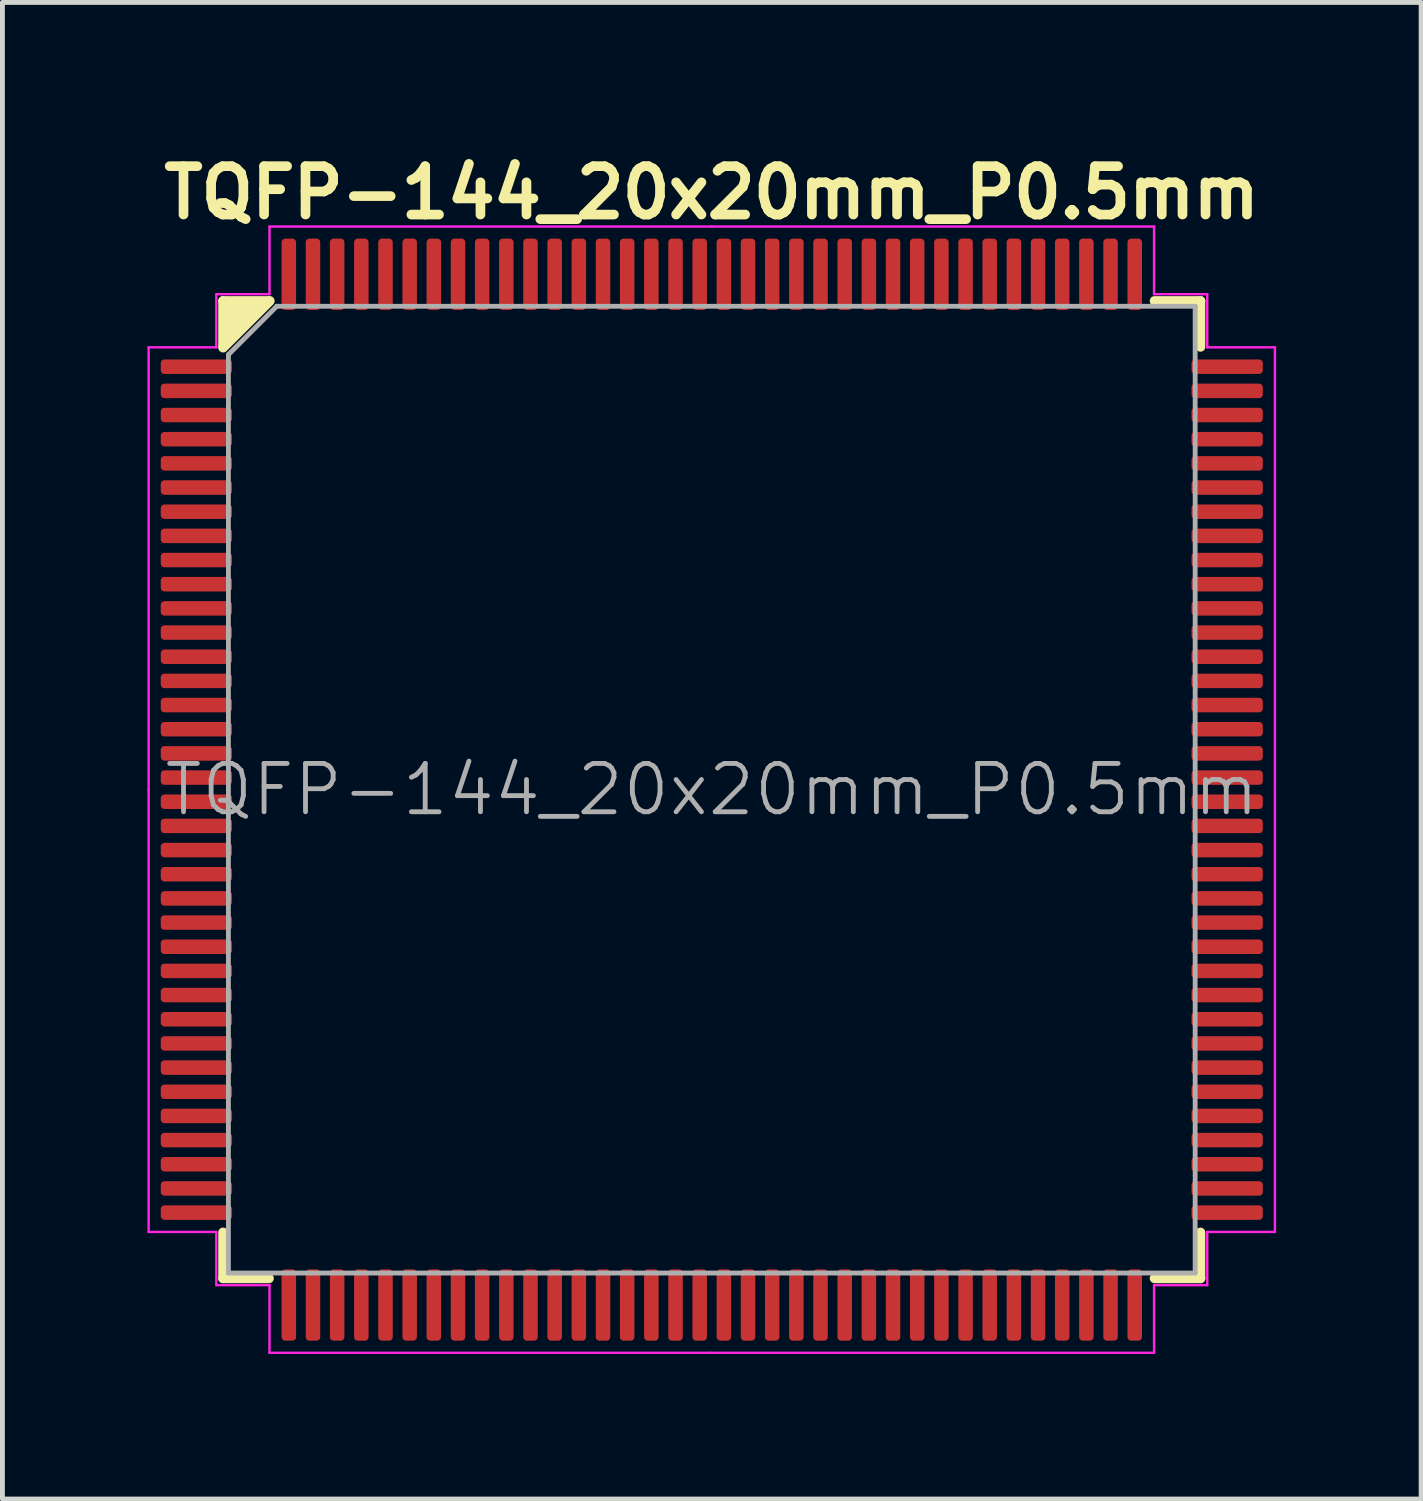
<source format=kicad_pcb>
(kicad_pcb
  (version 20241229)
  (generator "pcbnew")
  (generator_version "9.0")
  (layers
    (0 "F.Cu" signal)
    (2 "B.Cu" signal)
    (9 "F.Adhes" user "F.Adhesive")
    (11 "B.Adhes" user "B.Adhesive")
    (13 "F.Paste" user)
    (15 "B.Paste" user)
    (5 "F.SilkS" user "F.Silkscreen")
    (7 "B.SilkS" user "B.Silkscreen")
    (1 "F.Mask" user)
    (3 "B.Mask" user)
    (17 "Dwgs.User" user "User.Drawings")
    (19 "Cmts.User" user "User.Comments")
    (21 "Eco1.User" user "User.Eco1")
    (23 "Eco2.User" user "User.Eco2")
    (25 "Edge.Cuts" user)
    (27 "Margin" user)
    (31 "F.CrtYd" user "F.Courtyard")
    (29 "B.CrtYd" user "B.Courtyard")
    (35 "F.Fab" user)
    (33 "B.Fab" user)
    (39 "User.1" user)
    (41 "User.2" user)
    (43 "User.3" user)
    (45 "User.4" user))
  (footprint "TQFP-144_20x20mm_P0.5mm"
    (layer "F.Cu")
    (at 11.675 13.286)
    (property "Reference" "TQFP-144_20x20mm_P0.5mm" (at 0 -12.35 0) (layer "F.SilkS") (effects (font (size 1 1) (thickness 0.2))))
    (attr smd)
    (fp_line (start -10.11 -10.11) (end -10.11 -9.16) (stroke (width 0.2) (type solid)) (layer "F.SilkS"))
    (fp_line (start -10.11 10.11) (end -10.11 9.16) (stroke (width 0.2) (type solid)) (layer "F.SilkS"))
    (fp_line (start -10.109 -9.144) (end -9.144 -10.109) (stroke (width 0.2) (type solid)) (layer "F.SilkS"))
    (fp_line (start -9.16 -10.11) (end -10.11 -10.11) (stroke (width 0.2) (type solid)) (layer "F.SilkS"))
    (fp_line (start -9.16 10.11) (end -10.11 10.11) (stroke (width 0.2) (type solid)) (layer "F.SilkS"))
    (fp_line (start 9.16 -10.11) (end 10.11 -10.11) (stroke (width 0.2) (type solid)) (layer "F.SilkS"))
    (fp_line (start 9.16 10.11) (end 10.11 10.11) (stroke (width 0.2) (type solid)) (layer "F.SilkS"))
    (fp_line (start 10.11 -10.11) (end 10.11 -9.16) (stroke (width 0.2) (type solid)) (layer "F.SilkS"))
    (fp_line (start 10.11 10.11) (end 10.11 9.16) (stroke (width 0.2) (type solid)) (layer "F.SilkS"))
    (fp_poly (pts (xy -10.109 -9.347) (xy -9.398 -10.058) (xy -9.347 -10.109) (xy -10.109 -10.109)) (stroke (width 0.15) (type solid)) (fill yes) (layer "F.SilkS"))
    (fp_line (start -11.65 -9.15) (end -11.65 0) (stroke (width 0.05) (type solid)) (layer "F.CrtYd"))
    (fp_line (start -11.65 9.15) (end -11.65 0) (stroke (width 0.05) (type solid)) (layer "F.CrtYd"))
    (fp_line (start -10.25 -10.25) (end -10.25 -9.15) (stroke (width 0.05) (type solid)) (layer "F.CrtYd"))
    (fp_line (start -10.25 -9.15) (end -11.65 -9.15) (stroke (width 0.05) (type solid)) (layer "F.CrtYd"))
    (fp_line (start -10.25 9.15) (end -11.65 9.15) (stroke (width 0.05) (type solid)) (layer "F.CrtYd"))
    (fp_line (start -10.25 10.25) (end -10.25 9.15) (stroke (width 0.05) (type solid)) (layer "F.CrtYd"))
    (fp_line (start -9.15 -11.65) (end -9.15 -10.25) (stroke (width 0.05) (type solid)) (layer "F.CrtYd"))
    (fp_line (start -9.15 -10.25) (end -10.25 -10.25) (stroke (width 0.05) (type solid)) (layer "F.CrtYd"))
    (fp_line (start -9.15 10.25) (end -10.25 10.25) (stroke (width 0.05) (type solid)) (layer "F.CrtYd"))
    (fp_line (start -9.15 11.65) (end -9.15 10.25) (stroke (width 0.05) (type solid)) (layer "F.CrtYd"))
    (fp_line (start 0 -11.65) (end -9.15 -11.65) (stroke (width 0.05) (type solid)) (layer "F.CrtYd"))
    (fp_line (start 0 -11.65) (end 9.15 -11.65) (stroke (width 0.05) (type solid)) (layer "F.CrtYd"))
    (fp_line (start 0 11.65) (end -9.15 11.65) (stroke (width 0.05) (type solid)) (layer "F.CrtYd"))
    (fp_line (start 0 11.65) (end 9.15 11.65) (stroke (width 0.05) (type solid)) (layer "F.CrtYd"))
    (fp_line (start 9.15 -11.65) (end 9.15 -10.25) (stroke (width 0.05) (type solid)) (layer "F.CrtYd"))
    (fp_line (start 9.15 -10.25) (end 10.25 -10.25) (stroke (width 0.05) (type solid)) (layer "F.CrtYd"))
    (fp_line (start 9.15 10.25) (end 10.25 10.25) (stroke (width 0.05) (type solid)) (layer "F.CrtYd"))
    (fp_line (start 9.15 11.65) (end 9.15 10.25) (stroke (width 0.05) (type solid)) (layer "F.CrtYd"))
    (fp_line (start 10.25 -10.25) (end 10.25 -9.15) (stroke (width 0.05) (type solid)) (layer "F.CrtYd"))
    (fp_line (start 10.25 -9.15) (end 11.65 -9.15) (stroke (width 0.05) (type solid)) (layer "F.CrtYd"))
    (fp_line (start 10.25 9.15) (end 11.65 9.15) (stroke (width 0.05) (type solid)) (layer "F.CrtYd"))
    (fp_line (start 10.25 10.25) (end 10.25 9.15) (stroke (width 0.05) (type solid)) (layer "F.CrtYd"))
    (fp_line (start 11.65 -9.15) (end 11.65 0) (stroke (width 0.05) (type solid)) (layer "F.CrtYd"))
    (fp_line (start 11.65 9.15) (end 11.65 0) (stroke (width 0.05) (type solid)) (layer "F.CrtYd"))
    (fp_line (start -10 -9) (end -9 -10) (stroke (width 0.1) (type solid)) (layer "F.Fab"))
    (fp_line (start -10 10) (end -10 -9) (stroke (width 0.1) (type solid)) (layer "F.Fab"))
    (fp_line (start -9 -10) (end 10 -10) (stroke (width 0.1) (type solid)) (layer "F.Fab"))
    (fp_line (start 10 -10) (end 10 10) (stroke (width 0.1) (type solid)) (layer "F.Fab"))
    (fp_line (start 10 10) (end -10 10) (stroke (width 0.1) (type solid)) (layer "F.Fab"))
    (fp_text user "${REFERENCE}" (at 0 0 0) (layer "F.Fab") (effects (font (size 1 1) (thickness 0.1))))
    (pad "1" smd roundrect (at -10.662 -8.75) (size 1.475 0.3) (layers "F.Cu" "F.Mask" "F.Paste") (roundrect_rratio 0.25))
    (pad "2" smd roundrect (at -10.662 -8.25) (size 1.475 0.3) (layers "F.Cu" "F.Mask" "F.Paste") (roundrect_rratio 0.25))
    (pad "3" smd roundrect (at -10.662 -7.75) (size 1.475 0.3) (layers "F.Cu" "F.Mask" "F.Paste") (roundrect_rratio 0.25))
    (pad "4" smd roundrect (at -10.662 -7.25) (size 1.475 0.3) (layers "F.Cu" "F.Mask" "F.Paste") (roundrect_rratio 0.25))
    (pad "5" smd roundrect (at -10.662 -6.75) (size 1.475 0.3) (layers "F.Cu" "F.Mask" "F.Paste") (roundrect_rratio 0.25))
    (pad "6" smd roundrect (at -10.662 -6.25) (size 1.475 0.3) (layers "F.Cu" "F.Mask" "F.Paste") (roundrect_rratio 0.25))
    (pad "7" smd roundrect (at -10.662 -5.75) (size 1.475 0.3) (layers "F.Cu" "F.Mask" "F.Paste") (roundrect_rratio 0.25))
    (pad "8" smd roundrect (at -10.662 -5.25) (size 1.475 0.3) (layers "F.Cu" "F.Mask" "F.Paste") (roundrect_rratio 0.25))
    (pad "9" smd roundrect (at -10.662 -4.75) (size 1.475 0.3) (layers "F.Cu" "F.Mask" "F.Paste") (roundrect_rratio 0.25))
    (pad "10" smd roundrect (at -10.662 -4.25) (size 1.475 0.3) (layers "F.Cu" "F.Mask" "F.Paste") (roundrect_rratio 0.25))
    (pad "11" smd roundrect (at -10.662 -3.75) (size 1.475 0.3) (layers "F.Cu" "F.Mask" "F.Paste") (roundrect_rratio 0.25))
    (pad "12" smd roundrect (at -10.662 -3.25) (size 1.475 0.3) (layers "F.Cu" "F.Mask" "F.Paste") (roundrect_rratio 0.25))
    (pad "13" smd roundrect (at -10.662 -2.75) (size 1.475 0.3) (layers "F.Cu" "F.Mask" "F.Paste") (roundrect_rratio 0.25))
    (pad "14" smd roundrect (at -10.662 -2.25) (size 1.475 0.3) (layers "F.Cu" "F.Mask" "F.Paste") (roundrect_rratio 0.25))
    (pad "15" smd roundrect (at -10.662 -1.75) (size 1.475 0.3) (layers "F.Cu" "F.Mask" "F.Paste") (roundrect_rratio 0.25))
    (pad "16" smd roundrect (at -10.662 -1.25) (size 1.475 0.3) (layers "F.Cu" "F.Mask" "F.Paste") (roundrect_rratio 0.25))
    (pad "17" smd roundrect (at -10.662 -0.75) (size 1.475 0.3) (layers "F.Cu" "F.Mask" "F.Paste") (roundrect_rratio 0.25))
    (pad "18" smd roundrect (at -10.662 -0.25) (size 1.475 0.3) (layers "F.Cu" "F.Mask" "F.Paste") (roundrect_rratio 0.25))
    (pad "19" smd roundrect (at -10.662 0.25) (size 1.475 0.3) (layers "F.Cu" "F.Mask" "F.Paste") (roundrect_rratio 0.25))
    (pad "20" smd roundrect (at -10.662 0.75) (size 1.475 0.3) (layers "F.Cu" "F.Mask" "F.Paste") (roundrect_rratio 0.25))
    (pad "21" smd roundrect (at -10.662 1.25) (size 1.475 0.3) (layers "F.Cu" "F.Mask" "F.Paste") (roundrect_rratio 0.25))
    (pad "22" smd roundrect (at -10.662 1.75) (size 1.475 0.3) (layers "F.Cu" "F.Mask" "F.Paste") (roundrect_rratio 0.25))
    (pad "23" smd roundrect (at -10.662 2.25) (size 1.475 0.3) (layers "F.Cu" "F.Mask" "F.Paste") (roundrect_rratio 0.25))
    (pad "24" smd roundrect (at -10.662 2.75) (size 1.475 0.3) (layers "F.Cu" "F.Mask" "F.Paste") (roundrect_rratio 0.25))
    (pad "25" smd roundrect (at -10.662 3.25) (size 1.475 0.3) (layers "F.Cu" "F.Mask" "F.Paste") (roundrect_rratio 0.25))
    (pad "26" smd roundrect (at -10.662 3.75) (size 1.475 0.3) (layers "F.Cu" "F.Mask" "F.Paste") (roundrect_rratio 0.25))
    (pad "27" smd roundrect (at -10.662 4.25) (size 1.475 0.3) (layers "F.Cu" "F.Mask" "F.Paste") (roundrect_rratio 0.25))
    (pad "28" smd roundrect (at -10.662 4.75) (size 1.475 0.3) (layers "F.Cu" "F.Mask" "F.Paste") (roundrect_rratio 0.25))
    (pad "29" smd roundrect (at -10.662 5.25) (size 1.475 0.3) (layers "F.Cu" "F.Mask" "F.Paste") (roundrect_rratio 0.25))
    (pad "30" smd roundrect (at -10.662 5.75) (size 1.475 0.3) (layers "F.Cu" "F.Mask" "F.Paste") (roundrect_rratio 0.25))
    (pad "31" smd roundrect (at -10.662 6.25) (size 1.475 0.3) (layers "F.Cu" "F.Mask" "F.Paste") (roundrect_rratio 0.25))
    (pad "32" smd roundrect (at -10.662 6.75) (size 1.475 0.3) (layers "F.Cu" "F.Mask" "F.Paste") (roundrect_rratio 0.25))
    (pad "33" smd roundrect (at -10.662 7.25) (size 1.475 0.3) (layers "F.Cu" "F.Mask" "F.Paste") (roundrect_rratio 0.25))
    (pad "34" smd roundrect (at -10.662 7.75) (size 1.475 0.3) (layers "F.Cu" "F.Mask" "F.Paste") (roundrect_rratio 0.25))
    (pad "35" smd roundrect (at -10.662 8.25) (size 1.475 0.3) (layers "F.Cu" "F.Mask" "F.Paste") (roundrect_rratio 0.25))
    (pad "36" smd roundrect (at -10.662 8.75) (size 1.475 0.3) (layers "F.Cu" "F.Mask" "F.Paste") (roundrect_rratio 0.25))
    (pad "37" smd roundrect (at -8.75 10.662) (size 0.3 1.475) (layers "F.Cu" "F.Mask" "F.Paste") (roundrect_rratio 0.25))
    (pad "38" smd roundrect (at -8.25 10.662) (size 0.3 1.475) (layers "F.Cu" "F.Mask" "F.Paste") (roundrect_rratio 0.25))
    (pad "39" smd roundrect (at -7.75 10.662) (size 0.3 1.475) (layers "F.Cu" "F.Mask" "F.Paste") (roundrect_rratio 0.25))
    (pad "40" smd roundrect (at -7.25 10.662) (size 0.3 1.475) (layers "F.Cu" "F.Mask" "F.Paste") (roundrect_rratio 0.25))
    (pad "41" smd roundrect (at -6.75 10.662) (size 0.3 1.475) (layers "F.Cu" "F.Mask" "F.Paste") (roundrect_rratio 0.25))
    (pad "42" smd roundrect (at -6.25 10.662) (size 0.3 1.475) (layers "F.Cu" "F.Mask" "F.Paste") (roundrect_rratio 0.25))
    (pad "43" smd roundrect (at -5.75 10.662) (size 0.3 1.475) (layers "F.Cu" "F.Mask" "F.Paste") (roundrect_rratio 0.25))
    (pad "44" smd roundrect (at -5.25 10.662) (size 0.3 1.475) (layers "F.Cu" "F.Mask" "F.Paste") (roundrect_rratio 0.25))
    (pad "45" smd roundrect (at -4.75 10.662) (size 0.3 1.475) (layers "F.Cu" "F.Mask" "F.Paste") (roundrect_rratio 0.25))
    (pad "46" smd roundrect (at -4.25 10.662) (size 0.3 1.475) (layers "F.Cu" "F.Mask" "F.Paste") (roundrect_rratio 0.25))
    (pad "47" smd roundrect (at -3.75 10.662) (size 0.3 1.475) (layers "F.Cu" "F.Mask" "F.Paste") (roundrect_rratio 0.25))
    (pad "48" smd roundrect (at -3.25 10.662) (size 0.3 1.475) (layers "F.Cu" "F.Mask" "F.Paste") (roundrect_rratio 0.25))
    (pad "49" smd roundrect (at -2.75 10.662) (size 0.3 1.475) (layers "F.Cu" "F.Mask" "F.Paste") (roundrect_rratio 0.25))
    (pad "50" smd roundrect (at -2.25 10.662) (size 0.3 1.475) (layers "F.Cu" "F.Mask" "F.Paste") (roundrect_rratio 0.25))
    (pad "51" smd roundrect (at -1.75 10.662) (size 0.3 1.475) (layers "F.Cu" "F.Mask" "F.Paste") (roundrect_rratio 0.25))
    (pad "52" smd roundrect (at -1.25 10.662) (size 0.3 1.475) (layers "F.Cu" "F.Mask" "F.Paste") (roundrect_rratio 0.25))
    (pad "53" smd roundrect (at -0.75 10.662) (size 0.3 1.475) (layers "F.Cu" "F.Mask" "F.Paste") (roundrect_rratio 0.25))
    (pad "54" smd roundrect (at -0.25 10.662) (size 0.3 1.475) (layers "F.Cu" "F.Mask" "F.Paste") (roundrect_rratio 0.25))
    (pad "55" smd roundrect (at 0.25 10.662) (size 0.3 1.475) (layers "F.Cu" "F.Mask" "F.Paste") (roundrect_rratio 0.25))
    (pad "56" smd roundrect (at 0.75 10.662) (size 0.3 1.475) (layers "F.Cu" "F.Mask" "F.Paste") (roundrect_rratio 0.25))
    (pad "57" smd roundrect (at 1.25 10.662) (size 0.3 1.475) (layers "F.Cu" "F.Mask" "F.Paste") (roundrect_rratio 0.25))
    (pad "58" smd roundrect (at 1.75 10.662) (size 0.3 1.475) (layers "F.Cu" "F.Mask" "F.Paste") (roundrect_rratio 0.25))
    (pad "59" smd roundrect (at 2.25 10.662) (size 0.3 1.475) (layers "F.Cu" "F.Mask" "F.Paste") (roundrect_rratio 0.25))
    (pad "60" smd roundrect (at 2.75 10.662) (size 0.3 1.475) (layers "F.Cu" "F.Mask" "F.Paste") (roundrect_rratio 0.25))
    (pad "61" smd roundrect (at 3.25 10.662) (size 0.3 1.475) (layers "F.Cu" "F.Mask" "F.Paste") (roundrect_rratio 0.25))
    (pad "62" smd roundrect (at 3.75 10.662) (size 0.3 1.475) (layers "F.Cu" "F.Mask" "F.Paste") (roundrect_rratio 0.25))
    (pad "63" smd roundrect (at 4.25 10.662) (size 0.3 1.475) (layers "F.Cu" "F.Mask" "F.Paste") (roundrect_rratio 0.25))
    (pad "64" smd roundrect (at 4.75 10.662) (size 0.3 1.475) (layers "F.Cu" "F.Mask" "F.Paste") (roundrect_rratio 0.25))
    (pad "65" smd roundrect (at 5.25 10.662) (size 0.3 1.475) (layers "F.Cu" "F.Mask" "F.Paste") (roundrect_rratio 0.25))
    (pad "66" smd roundrect (at 5.75 10.662) (size 0.3 1.475) (layers "F.Cu" "F.Mask" "F.Paste") (roundrect_rratio 0.25))
    (pad "67" smd roundrect (at 6.25 10.662) (size 0.3 1.475) (layers "F.Cu" "F.Mask" "F.Paste") (roundrect_rratio 0.25))
    (pad "68" smd roundrect (at 6.75 10.662) (size 0.3 1.475) (layers "F.Cu" "F.Mask" "F.Paste") (roundrect_rratio 0.25))
    (pad "69" smd roundrect (at 7.25 10.662) (size 0.3 1.475) (layers "F.Cu" "F.Mask" "F.Paste") (roundrect_rratio 0.25))
    (pad "70" smd roundrect (at 7.75 10.662) (size 0.3 1.475) (layers "F.Cu" "F.Mask" "F.Paste") (roundrect_rratio 0.25))
    (pad "71" smd roundrect (at 8.25 10.662) (size 0.3 1.475) (layers "F.Cu" "F.Mask" "F.Paste") (roundrect_rratio 0.25))
    (pad "72" smd roundrect (at 8.75 10.662) (size 0.3 1.475) (layers "F.Cu" "F.Mask" "F.Paste") (roundrect_rratio 0.25))
    (pad "73" smd roundrect (at 10.662 8.75) (size 1.475 0.3) (layers "F.Cu" "F.Mask" "F.Paste") (roundrect_rratio 0.25))
    (pad "74" smd roundrect (at 10.662 8.25) (size 1.475 0.3) (layers "F.Cu" "F.Mask" "F.Paste") (roundrect_rratio 0.25))
    (pad "75" smd roundrect (at 10.662 7.75) (size 1.475 0.3) (layers "F.Cu" "F.Mask" "F.Paste") (roundrect_rratio 0.25))
    (pad "76" smd roundrect (at 10.662 7.25) (size 1.475 0.3) (layers "F.Cu" "F.Mask" "F.Paste") (roundrect_rratio 0.25))
    (pad "77" smd roundrect (at 10.662 6.75) (size 1.475 0.3) (layers "F.Cu" "F.Mask" "F.Paste") (roundrect_rratio 0.25))
    (pad "78" smd roundrect (at 10.662 6.25) (size 1.475 0.3) (layers "F.Cu" "F.Mask" "F.Paste") (roundrect_rratio 0.25))
    (pad "79" smd roundrect (at 10.662 5.75) (size 1.475 0.3) (layers "F.Cu" "F.Mask" "F.Paste") (roundrect_rratio 0.25))
    (pad "80" smd roundrect (at 10.662 5.25) (size 1.475 0.3) (layers "F.Cu" "F.Mask" "F.Paste") (roundrect_rratio 0.25))
    (pad "81" smd roundrect (at 10.662 4.75) (size 1.475 0.3) (layers "F.Cu" "F.Mask" "F.Paste") (roundrect_rratio 0.25))
    (pad "82" smd roundrect (at 10.662 4.25) (size 1.475 0.3) (layers "F.Cu" "F.Mask" "F.Paste") (roundrect_rratio 0.25))
    (pad "83" smd roundrect (at 10.662 3.75) (size 1.475 0.3) (layers "F.Cu" "F.Mask" "F.Paste") (roundrect_rratio 0.25))
    (pad "84" smd roundrect (at 10.662 3.25) (size 1.475 0.3) (layers "F.Cu" "F.Mask" "F.Paste") (roundrect_rratio 0.25))
    (pad "85" smd roundrect (at 10.662 2.75) (size 1.475 0.3) (layers "F.Cu" "F.Mask" "F.Paste") (roundrect_rratio 0.25))
    (pad "86" smd roundrect (at 10.662 2.25) (size 1.475 0.3) (layers "F.Cu" "F.Mask" "F.Paste") (roundrect_rratio 0.25))
    (pad "87" smd roundrect (at 10.662 1.75) (size 1.475 0.3) (layers "F.Cu" "F.Mask" "F.Paste") (roundrect_rratio 0.25))
    (pad "88" smd roundrect (at 10.662 1.25) (size 1.475 0.3) (layers "F.Cu" "F.Mask" "F.Paste") (roundrect_rratio 0.25))
    (pad "89" smd roundrect (at 10.662 0.75) (size 1.475 0.3) (layers "F.Cu" "F.Mask" "F.Paste") (roundrect_rratio 0.25))
    (pad "90" smd roundrect (at 10.662 0.25) (size 1.475 0.3) (layers "F.Cu" "F.Mask" "F.Paste") (roundrect_rratio 0.25))
    (pad "91" smd roundrect (at 10.662 -0.25) (size 1.475 0.3) (layers "F.Cu" "F.Mask" "F.Paste") (roundrect_rratio 0.25))
    (pad "92" smd roundrect (at 10.662 -0.75) (size 1.475 0.3) (layers "F.Cu" "F.Mask" "F.Paste") (roundrect_rratio 0.25))
    (pad "93" smd roundrect (at 10.662 -1.25) (size 1.475 0.3) (layers "F.Cu" "F.Mask" "F.Paste") (roundrect_rratio 0.25))
    (pad "94" smd roundrect (at 10.662 -1.75) (size 1.475 0.3) (layers "F.Cu" "F.Mask" "F.Paste") (roundrect_rratio 0.25))
    (pad "95" smd roundrect (at 10.662 -2.25) (size 1.475 0.3) (layers "F.Cu" "F.Mask" "F.Paste") (roundrect_rratio 0.25))
    (pad "96" smd roundrect (at 10.662 -2.75) (size 1.475 0.3) (layers "F.Cu" "F.Mask" "F.Paste") (roundrect_rratio 0.25))
    (pad "97" smd roundrect (at 10.662 -3.25) (size 1.475 0.3) (layers "F.Cu" "F.Mask" "F.Paste") (roundrect_rratio 0.25))
    (pad "98" smd roundrect (at 10.662 -3.75) (size 1.475 0.3) (layers "F.Cu" "F.Mask" "F.Paste") (roundrect_rratio 0.25))
    (pad "99" smd roundrect (at 10.662 -4.25) (size 1.475 0.3) (layers "F.Cu" "F.Mask" "F.Paste") (roundrect_rratio 0.25))
    (pad "100" smd roundrect (at 10.662 -4.75) (size 1.475 0.3) (layers "F.Cu" "F.Mask" "F.Paste") (roundrect_rratio 0.25))
    (pad "101" smd roundrect (at 10.662 -5.25) (size 1.475 0.3) (layers "F.Cu" "F.Mask" "F.Paste") (roundrect_rratio 0.25))
    (pad "102" smd roundrect (at 10.662 -5.75) (size 1.475 0.3) (layers "F.Cu" "F.Mask" "F.Paste") (roundrect_rratio 0.25))
    (pad "103" smd roundrect (at 10.662 -6.25) (size 1.475 0.3) (layers "F.Cu" "F.Mask" "F.Paste") (roundrect_rratio 0.25))
    (pad "104" smd roundrect (at 10.662 -6.75) (size 1.475 0.3) (layers "F.Cu" "F.Mask" "F.Paste") (roundrect_rratio 0.25))
    (pad "105" smd roundrect (at 10.662 -7.25) (size 1.475 0.3) (layers "F.Cu" "F.Mask" "F.Paste") (roundrect_rratio 0.25))
    (pad "106" smd roundrect (at 10.662 -7.75) (size 1.475 0.3) (layers "F.Cu" "F.Mask" "F.Paste") (roundrect_rratio 0.25))
    (pad "107" smd roundrect (at 10.662 -8.25) (size 1.475 0.3) (layers "F.Cu" "F.Mask" "F.Paste") (roundrect_rratio 0.25))
    (pad "108" smd roundrect (at 10.662 -8.75) (size 1.475 0.3) (layers "F.Cu" "F.Mask" "F.Paste") (roundrect_rratio 0.25))
    (pad "109" smd roundrect (at 8.75 -10.662) (size 0.3 1.475) (layers "F.Cu" "F.Mask" "F.Paste") (roundrect_rratio 0.25))
    (pad "110" smd roundrect (at 8.25 -10.662) (size 0.3 1.475) (layers "F.Cu" "F.Mask" "F.Paste") (roundrect_rratio 0.25))
    (pad "111" smd roundrect (at 7.75 -10.662) (size 0.3 1.475) (layers "F.Cu" "F.Mask" "F.Paste") (roundrect_rratio 0.25))
    (pad "112" smd roundrect (at 7.25 -10.662) (size 0.3 1.475) (layers "F.Cu" "F.Mask" "F.Paste") (roundrect_rratio 0.25))
    (pad "113" smd roundrect (at 6.75 -10.662) (size 0.3 1.475) (layers "F.Cu" "F.Mask" "F.Paste") (roundrect_rratio 0.25))
    (pad "114" smd roundrect (at 6.25 -10.662) (size 0.3 1.475) (layers "F.Cu" "F.Mask" "F.Paste") (roundrect_rratio 0.25))
    (pad "115" smd roundrect (at 5.75 -10.662) (size 0.3 1.475) (layers "F.Cu" "F.Mask" "F.Paste") (roundrect_rratio 0.25))
    (pad "116" smd roundrect (at 5.25 -10.662) (size 0.3 1.475) (layers "F.Cu" "F.Mask" "F.Paste") (roundrect_rratio 0.25))
    (pad "117" smd roundrect (at 4.75 -10.662) (size 0.3 1.475) (layers "F.Cu" "F.Mask" "F.Paste") (roundrect_rratio 0.25))
    (pad "118" smd roundrect (at 4.25 -10.662) (size 0.3 1.475) (layers "F.Cu" "F.Mask" "F.Paste") (roundrect_rratio 0.25))
    (pad "119" smd roundrect (at 3.75 -10.662) (size 0.3 1.475) (layers "F.Cu" "F.Mask" "F.Paste") (roundrect_rratio 0.25))
    (pad "120" smd roundrect (at 3.25 -10.662) (size 0.3 1.475) (layers "F.Cu" "F.Mask" "F.Paste") (roundrect_rratio 0.25))
    (pad "121" smd roundrect (at 2.75 -10.662) (size 0.3 1.475) (layers "F.Cu" "F.Mask" "F.Paste") (roundrect_rratio 0.25))
    (pad "122" smd roundrect (at 2.25 -10.662) (size 0.3 1.475) (layers "F.Cu" "F.Mask" "F.Paste") (roundrect_rratio 0.25))
    (pad "123" smd roundrect (at 1.75 -10.662) (size 0.3 1.475) (layers "F.Cu" "F.Mask" "F.Paste") (roundrect_rratio 0.25))
    (pad "124" smd roundrect (at 1.25 -10.662) (size 0.3 1.475) (layers "F.Cu" "F.Mask" "F.Paste") (roundrect_rratio 0.25))
    (pad "125" smd roundrect (at 0.75 -10.662) (size 0.3 1.475) (layers "F.Cu" "F.Mask" "F.Paste") (roundrect_rratio 0.25))
    (pad "126" smd roundrect (at 0.25 -10.662) (size 0.3 1.475) (layers "F.Cu" "F.Mask" "F.Paste") (roundrect_rratio 0.25))
    (pad "127" smd roundrect (at -0.25 -10.662) (size 0.3 1.475) (layers "F.Cu" "F.Mask" "F.Paste") (roundrect_rratio 0.25))
    (pad "128" smd roundrect (at -0.75 -10.662) (size 0.3 1.475) (layers "F.Cu" "F.Mask" "F.Paste") (roundrect_rratio 0.25))
    (pad "129" smd roundrect (at -1.25 -10.662) (size 0.3 1.475) (layers "F.Cu" "F.Mask" "F.Paste") (roundrect_rratio 0.25))
    (pad "130" smd roundrect (at -1.75 -10.662) (size 0.3 1.475) (layers "F.Cu" "F.Mask" "F.Paste") (roundrect_rratio 0.25))
    (pad "131" smd roundrect (at -2.25 -10.662) (size 0.3 1.475) (layers "F.Cu" "F.Mask" "F.Paste") (roundrect_rratio 0.25))
    (pad "132" smd roundrect (at -2.75 -10.662) (size 0.3 1.475) (layers "F.Cu" "F.Mask" "F.Paste") (roundrect_rratio 0.25))
    (pad "133" smd roundrect (at -3.25 -10.662) (size 0.3 1.475) (layers "F.Cu" "F.Mask" "F.Paste") (roundrect_rratio 0.25))
    (pad "134" smd roundrect (at -3.75 -10.662) (size 0.3 1.475) (layers "F.Cu" "F.Mask" "F.Paste") (roundrect_rratio 0.25))
    (pad "135" smd roundrect (at -4.25 -10.662) (size 0.3 1.475) (layers "F.Cu" "F.Mask" "F.Paste") (roundrect_rratio 0.25))
    (pad "136" smd roundrect (at -4.75 -10.662) (size 0.3 1.475) (layers "F.Cu" "F.Mask" "F.Paste") (roundrect_rratio 0.25))
    (pad "137" smd roundrect (at -5.25 -10.662) (size 0.3 1.475) (layers "F.Cu" "F.Mask" "F.Paste") (roundrect_rratio 0.25))
    (pad "138" smd roundrect (at -5.75 -10.662) (size 0.3 1.475) (layers "F.Cu" "F.Mask" "F.Paste") (roundrect_rratio 0.25))
    (pad "139" smd roundrect (at -6.25 -10.662) (size 0.3 1.475) (layers "F.Cu" "F.Mask" "F.Paste") (roundrect_rratio 0.25))
    (pad "140" smd roundrect (at -6.75 -10.662) (size 0.3 1.475) (layers "F.Cu" "F.Mask" "F.Paste") (roundrect_rratio 0.25))
    (pad "141" smd roundrect (at -7.25 -10.662) (size 0.3 1.475) (layers "F.Cu" "F.Mask" "F.Paste") (roundrect_rratio 0.25))
    (pad "142" smd roundrect (at -7.75 -10.662) (size 0.3 1.475) (layers "F.Cu" "F.Mask" "F.Paste") (roundrect_rratio 0.25))
    (pad "143" smd roundrect (at -8.25 -10.662) (size 0.3 1.475) (layers "F.Cu" "F.Mask" "F.Paste") (roundrect_rratio 0.25))
    (pad "144" smd roundrect (at -8.75 -10.662) (size 0.3 1.475) (layers "F.Cu" "F.Mask" "F.Paste") (roundrect_rratio 0.25)))
  (gr_rect
    (start -3 -3)
    (end 26.35 27.961)
    (stroke (width 0.1) (type default))
    (fill no)
    (layer "Edge.Cuts")))
</source>
